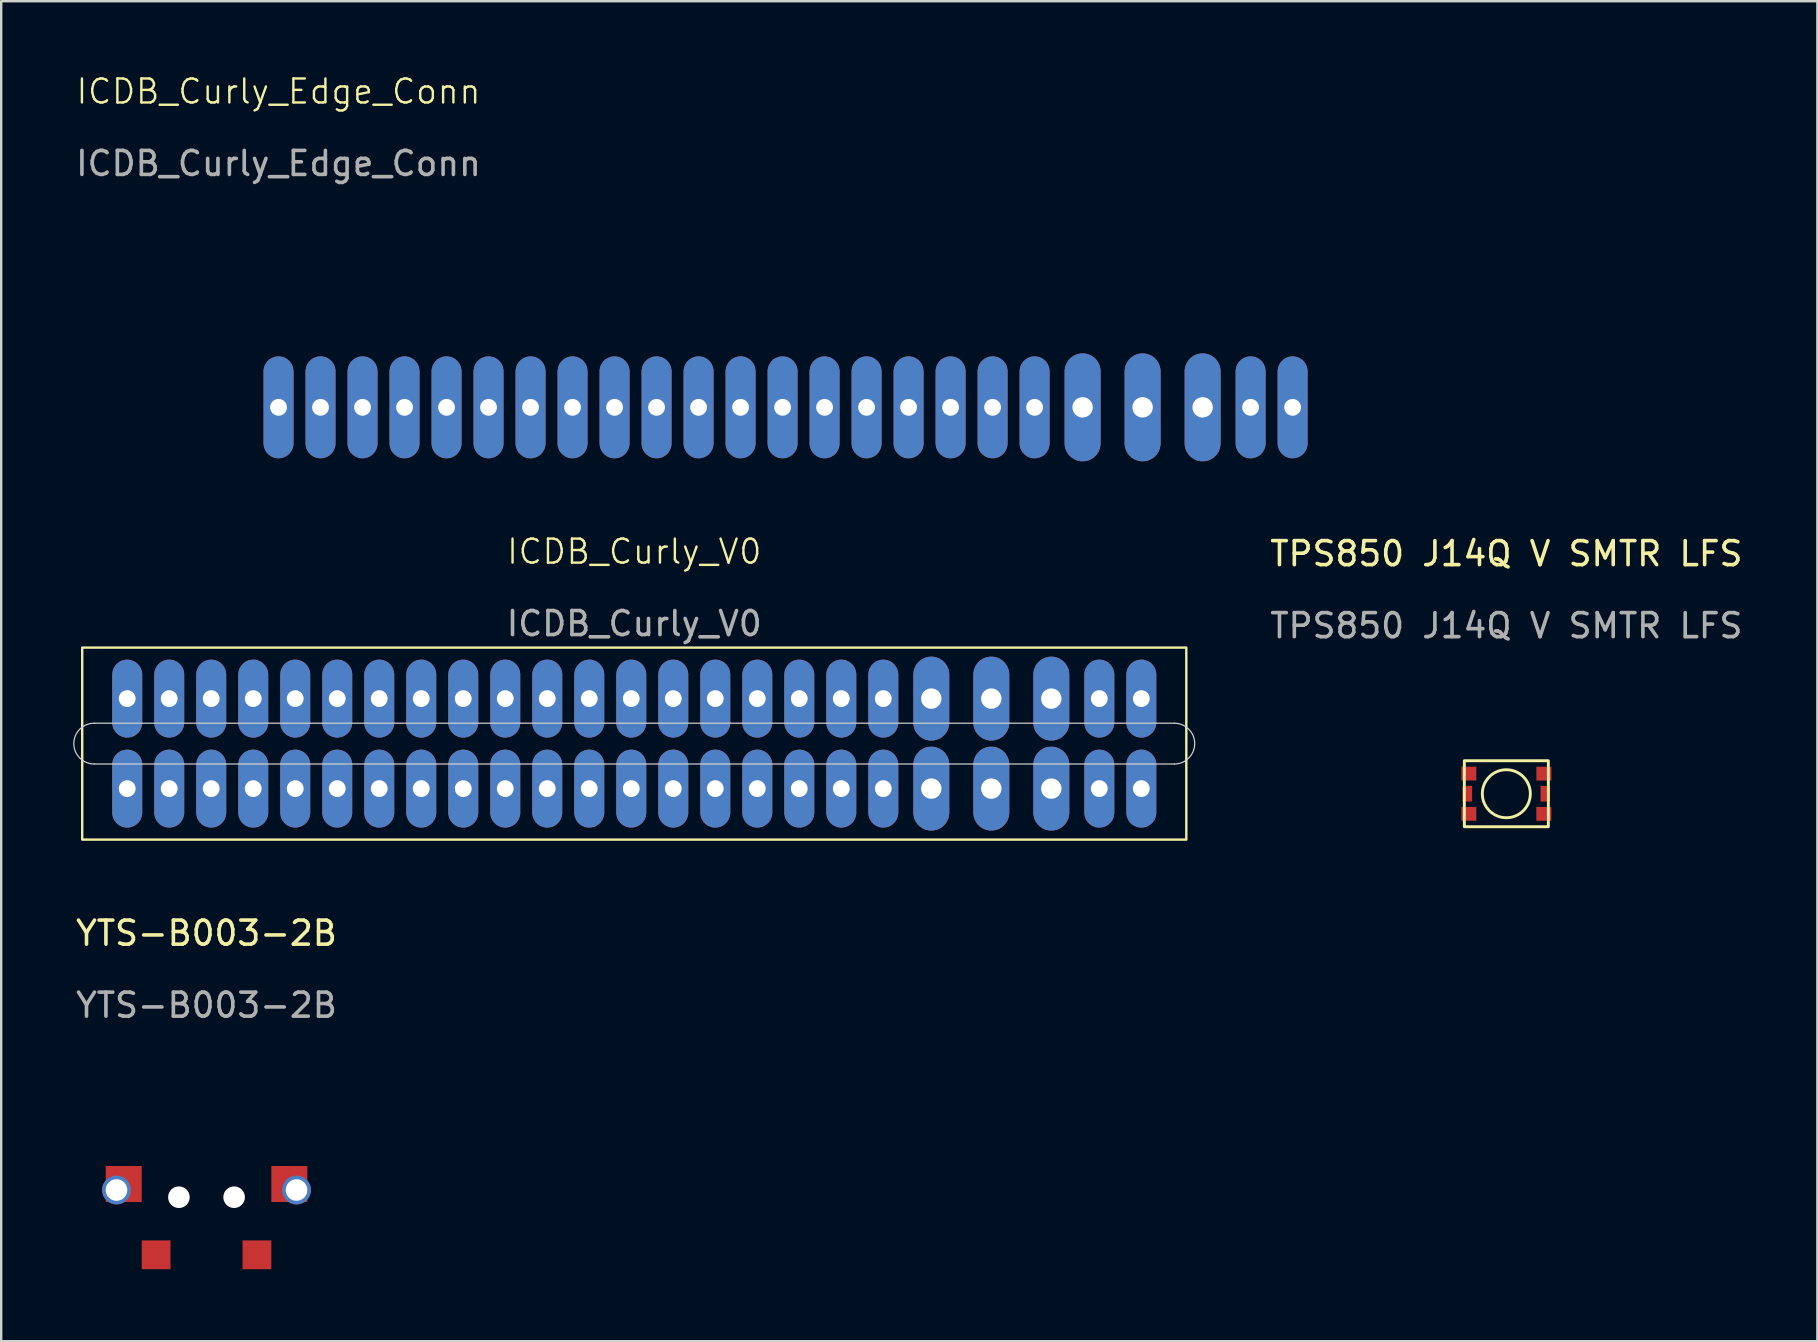
<source format=kicad_pcb>
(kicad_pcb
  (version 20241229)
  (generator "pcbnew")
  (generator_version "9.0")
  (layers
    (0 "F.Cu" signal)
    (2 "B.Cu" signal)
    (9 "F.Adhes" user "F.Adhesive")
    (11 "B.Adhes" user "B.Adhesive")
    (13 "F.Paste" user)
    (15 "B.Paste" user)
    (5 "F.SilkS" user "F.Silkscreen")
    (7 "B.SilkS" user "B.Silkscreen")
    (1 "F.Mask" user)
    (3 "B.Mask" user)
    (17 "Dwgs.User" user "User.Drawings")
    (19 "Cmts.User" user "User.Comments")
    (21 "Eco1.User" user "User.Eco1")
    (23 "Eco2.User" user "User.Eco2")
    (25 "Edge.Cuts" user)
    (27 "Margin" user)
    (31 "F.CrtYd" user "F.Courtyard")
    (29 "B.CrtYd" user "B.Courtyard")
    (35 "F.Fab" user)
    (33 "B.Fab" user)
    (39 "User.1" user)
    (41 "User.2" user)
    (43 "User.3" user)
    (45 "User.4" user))
  (footprint "ICDB_Curly_Edge_Conn"
    (layer "F.Cu")
    (at 8.554 13.921)
    (property "Reference" "ICDB_Curly_Edge_Conn" (at 0 -13.16 0) (unlocked yes) (layer "F.SilkS") (effects (font (size 1 1) (thickness 0.1))))
    (fp_text user "${REFERENCE}" (at 0 -10.16 0) (unlocked yes) (layer "F.Fab") (effects (font (size 1 1) (thickness 0.15))))
    (pad "1" thru_hole custom (at 42.25 0 180) (size 1.25 1.25) (drill 0.7) (property pad_prop_castellated) (layers "*.Cu" "*.Mask") (options (anchor circle)) (primitives (gr_line (start 0 1.5) (end 0 -1.5) (width 1.25))))
    (pad "2" thru_hole custom (at 40.5 0 180) (size 1.25 1.25) (drill 0.7) (property pad_prop_castellated) (layers "*.Cu" "*.Mask") (options (anchor circle)) (primitives (gr_line (start 0 1.5) (end 0 -1.5) (width 1.25))))
    (pad "3" thru_hole custom (at 38.5 0 180) (size 1.5 1.5) (drill 0.85) (property pad_prop_castellated) (layers "*.Cu" "*.Mask") (options (anchor circle)) (primitives (gr_line (start 0 1.5) (end 0 -1.5) (width 1.5))))
    (pad "4" thru_hole custom (at 36 0 180) (size 1.5 1.5) (drill 0.85) (property pad_prop_castellated) (layers "*.Cu" "*.Mask") (options (anchor circle)) (primitives (gr_line (start 0 1.5) (end 0 -1.5) (width 1.5))))
    (pad "5" thru_hole custom (at 33.5 0 180) (size 1.5 1.5) (drill 0.85) (property pad_prop_castellated) (layers "*.Cu" "*.Mask") (options (anchor circle)) (primitives (gr_line (start 0 1.5) (end 0 -1.5) (width 1.5))))
    (pad "6" thru_hole custom (at 31.5 0 180) (size 1.25 1.25) (drill 0.7) (property pad_prop_castellated) (layers "*.Cu" "*.Mask") (options (anchor circle)) (primitives (gr_line (start 0 1.5) (end 0 -1.5) (width 1.25))))
    (pad "7" thru_hole custom (at 29.75 0 180) (size 1.25 1.25) (drill 0.7) (property pad_prop_castellated) (layers "*.Cu" "*.Mask") (options (anchor circle)) (primitives (gr_line (start 0 1.5) (end 0 -1.5) (width 1.25))))
    (pad "8" thru_hole custom (at 28 0 180) (size 1.25 1.25) (drill 0.7) (property pad_prop_castellated) (layers "*.Cu" "*.Mask") (options (anchor circle)) (primitives (gr_line (start 0 1.5) (end 0 -1.5) (width 1.25))))
    (pad "9" thru_hole custom (at 26.25 0 180) (size 1.25 1.25) (drill 0.7) (property pad_prop_castellated) (layers "*.Cu" "*.Mask") (options (anchor circle)) (primitives (gr_line (start 0 1.5) (end 0 -1.5) (width 1.25))))
    (pad "10" thru_hole custom (at 24.5 0 180) (size 1.25 1.25) (drill 0.7) (property pad_prop_castellated) (layers "*.Cu" "*.Mask") (options (anchor circle)) (primitives (gr_line (start 0 1.5) (end 0 -1.5) (width 1.25))))
    (pad "11" thru_hole custom (at 22.75 0 180) (size 1.25 1.25) (drill 0.7) (property pad_prop_castellated) (layers "*.Cu" "*.Mask") (options (anchor circle)) (primitives (gr_line (start 0 1.5) (end 0 -1.5) (width 1.25))))
    (pad "12" thru_hole custom (at 21 0 180) (size 1.25 1.25) (drill 0.7) (property pad_prop_castellated) (layers "*.Cu" "*.Mask") (options (anchor circle)) (primitives (gr_line (start 0 1.5) (end 0 -1.5) (width 1.25))))
    (pad "13" thru_hole custom (at 19.25 0 180) (size 1.25 1.25) (drill 0.7) (property pad_prop_castellated) (layers "*.Cu" "*.Mask") (options (anchor circle)) (primitives (gr_line (start 0 1.5) (end 0 -1.5) (width 1.25))))
    (pad "14" thru_hole custom (at 17.5 0 180) (size 1.25 1.25) (drill 0.7) (property pad_prop_castellated) (layers "*.Cu" "*.Mask") (options (anchor circle)) (primitives (gr_line (start 0 1.5) (end 0 -1.5) (width 1.25))))
    (pad "15" thru_hole custom (at 15.75 0 180) (size 1.25 1.25) (drill 0.7) (property pad_prop_castellated) (layers "*.Cu" "*.Mask") (options (anchor circle)) (primitives (gr_line (start 0 1.5) (end 0 -1.5) (width 1.25))))
    (pad "16" thru_hole custom (at 14 0 180) (size 1.25 1.25) (drill 0.7) (property pad_prop_castellated) (layers "*.Cu" "*.Mask") (options (anchor circle)) (primitives (gr_line (start 0 1.5) (end 0 -1.5) (width 1.25))))
    (pad "17" thru_hole custom (at 12.25 0 180) (size 1.25 1.25) (drill 0.7) (property pad_prop_castellated) (layers "*.Cu" "*.Mask") (options (anchor circle)) (primitives (gr_line (start 0 1.5) (end 0 -1.5) (width 1.25))))
    (pad "18" thru_hole custom (at 10.5 0 180) (size 1.25 1.25) (drill 0.7) (property pad_prop_castellated) (layers "*.Cu" "*.Mask") (options (anchor circle)) (primitives (gr_line (start 0 1.5) (end 0 -1.5) (width 1.25))))
    (pad "19" thru_hole custom (at 8.75 0 180) (size 1.25 1.25) (drill 0.7) (property pad_prop_castellated) (layers "*.Cu" "*.Mask") (options (anchor circle)) (primitives (gr_line (start 0 1.5) (end 0 -1.5) (width 1.25))))
    (pad "20" thru_hole custom (at 7 0 180) (size 1.25 1.25) (drill 0.7) (property pad_prop_castellated) (layers "*.Cu" "*.Mask") (options (anchor circle)) (primitives (gr_line (start 0 1.5) (end 0 -1.5) (width 1.25))))
    (pad "21" thru_hole custom (at 5.25 0 180) (size 1.25 1.25) (drill 0.7) (property pad_prop_castellated) (layers "*.Cu" "*.Mask") (options (anchor circle)) (primitives (gr_line (start 0 1.5) (end 0 -1.5) (width 1.25))))
    (pad "22" thru_hole custom (at 3.5 0 180) (size 1.25 1.25) (drill 0.7) (property pad_prop_castellated) (layers "*.Cu" "*.Mask") (options (anchor circle)) (primitives (gr_line (start 0 1.5) (end 0 -1.5) (width 1.25))))
    (pad "23" thru_hole custom (at 1.75 0 180) (size 1.25 1.25) (drill 0.7) (property pad_prop_castellated) (layers "*.Cu" "*.Mask") (options (anchor circle)) (primitives (gr_line (start 0 1.5) (end 0 -1.5) (width 1.25))))
    (pad "24" thru_hole custom (at 0 0 180) (size 1.25 1.25) (drill 0.7) (property pad_prop_castellated) (layers "*.Cu" "*.Mask") (options (anchor circle)) (primitives (gr_line (start 0 1.5) (end 0 -1.5) (width 1.25)))))
  (footprint "TPS850 J14Q V SMTR LFS"
    (layer "F.Cu")
    (at 59.708 30.019)
    (property "Reference" "TPS850 J14Q V SMTR LFS" (at 0 -10 0) (unlocked yes) (layer "F.SilkS") (effects (font (size 1 1) (thickness 0.15))))
    (attr smd)
    (fp_rect (start 1.75 -1.375) (end -1.75 1.375) (stroke (width 0.12) (type default)) (fill no) (layer "F.SilkS"))
    (fp_circle (center 0 0) (end 0 -1) (stroke (width 0.12) (type default)) (fill no) (layer "F.SilkS"))
    (fp_text user "${REFERENCE}" (at 0 -7 0) (unlocked yes) (layer "F.Fab") (effects (font (size 1 1) (thickness 0.15))))
    (pad "1" smd rect (at -1.562 -0.838) (size 0.625 0.575) (layers "F.Cu" "F.Mask" "F.Paste"))
    (pad "1" smd rect (at 1.565 -0.838) (size 0.625 0.575) (layers "F.Cu" "F.Mask" "F.Paste"))
    (pad "2" smd rect (at -1.562 0.838) (size 0.625 0.575) (layers "F.Cu" "F.Mask" "F.Paste"))
    (pad "2" smd rect (at 1.562 0.838) (size 0.625 0.575) (layers "F.Cu" "F.Mask" "F.Paste"))
    (pad "3" smd rect (at -1.625 0) (size 0.4 0.65) (layers "F.Cu" "F.Mask" "F.Paste"))
    (pad "3" smd rect (at 1.625 0) (size 0.4 0.65) (layers "F.Cu" "F.Mask" "F.Paste")))
  (footprint "ICDB_Curly_V0"
    (layer "F.Cu")
    (at 23.375 27.931)
    (property "Reference" "ICDB_Curly_V0" (at 0 -8 0) (unlocked yes) (layer "F.SilkS") (effects (font (size 1 1) (thickness 0.1))))
    (attr through_hole)
    (fp_rect (start -23 -4) (end 23 4) (stroke (width 0.1) (type default)) (fill no) (layer "F.SilkS"))
    (fp_line (start -22.5 -0.85) (end 22.5 -0.85) (stroke (width 0.05) (type default)) (layer "Edge.Cuts"))
    (fp_line (start 22.5 0.85) (end -22.5 0.85) (stroke (width 0.05) (type default)) (layer "Edge.Cuts"))
    (fp_arc (start -22.5 0.85) (mid -23.35 0) (end -22.5 -0.85) (stroke (width 0.05) (type default)) (layer "Edge.Cuts"))
    (fp_arc (start 22.5 -0.85) (mid 23.35 0) (end 22.5 0.85) (stroke (width 0.05) (type default)) (layer "Edge.Cuts"))
    (fp_text user "${REFERENCE}" (at 0 -5 0) (unlocked yes) (layer "F.Fab") (effects (font (size 1 1) (thickness 0.15))))
    (pad "1" thru_hole custom (at 21.125 -1.875 180) (size 1.25 1.25) (drill 0.7) (property pad_prop_castellated) (layers "*.Cu" "*.Mask") (options (anchor circle)) (primitives (gr_line (start 0 1) (end 0 -1) (width 1.25))))
    (pad "1" thru_hole custom (at 21.125 1.875 180) (size 1.25 1.25) (drill 0.7) (property pad_prop_castellated) (layers "*.Cu" "*.Mask") (options (anchor circle)) (primitives (gr_line (start 0 1) (end 0 -1) (width 1.25))))
    (pad "2" thru_hole custom (at 19.375 -1.875 180) (size 1.25 1.25) (drill 0.7) (property pad_prop_castellated) (layers "*.Cu" "*.Mask") (options (anchor circle)) (primitives (gr_line (start 0 1) (end 0 -1) (width 1.25))))
    (pad "2" thru_hole custom (at 19.375 1.875 180) (size 1.25 1.25) (drill 0.7) (property pad_prop_castellated) (layers "*.Cu" "*.Mask") (options (anchor circle)) (primitives (gr_line (start 0 1) (end 0 -1) (width 1.25))))
    (pad "3" thru_hole custom (at 17.375 -1.875 180) (size 1.5 1.5) (drill 0.85) (property pad_prop_castellated) (layers "*.Cu" "*.Mask") (options (anchor circle)) (primitives (gr_line (start 0 1) (end 0 -1) (width 1.5))))
    (pad "3" thru_hole custom (at 17.375 1.875 180) (size 1.5 1.5) (drill 0.85) (property pad_prop_castellated) (layers "*.Cu" "*.Mask") (options (anchor circle)) (primitives (gr_line (start 0 1) (end 0 -1) (width 1.5))))
    (pad "4" thru_hole custom (at 14.875 -1.875 180) (size 1.5 1.5) (drill 0.85) (property pad_prop_castellated) (layers "*.Cu" "*.Mask") (options (anchor circle)) (primitives (gr_line (start 0 1) (end 0 -1) (width 1.5))))
    (pad "4" thru_hole custom (at 14.875 1.875 180) (size 1.5 1.5) (drill 0.85) (property pad_prop_castellated) (layers "*.Cu" "*.Mask") (options (anchor circle)) (primitives (gr_line (start 0 1) (end 0 -1) (width 1.5))))
    (pad "5" thru_hole custom (at 12.375 -1.875 180) (size 1.5 1.5) (drill 0.85) (property pad_prop_castellated) (layers "*.Cu" "*.Mask") (options (anchor circle)) (primitives (gr_line (start 0 1) (end 0 -1) (width 1.5))))
    (pad "5" thru_hole custom (at 12.375 1.875 180) (size 1.5 1.5) (drill 0.85) (property pad_prop_castellated) (layers "*.Cu" "*.Mask") (options (anchor circle)) (primitives (gr_line (start 0 1) (end 0 -1) (width 1.5))))
    (pad "6" thru_hole custom (at 10.375 -1.875 180) (size 1.25 1.25) (drill 0.7) (property pad_prop_castellated) (layers "*.Cu" "*.Mask") (options (anchor circle)) (primitives (gr_line (start 0 1) (end 0 -1) (width 1.25))))
    (pad "6" thru_hole custom (at 10.375 1.875 180) (size 1.25 1.25) (drill 0.7) (property pad_prop_castellated) (layers "*.Cu" "*.Mask") (options (anchor circle)) (primitives (gr_line (start 0 1) (end 0 -1) (width 1.25))))
    (pad "7" thru_hole custom (at 8.625 -1.875 180) (size 1.25 1.25) (drill 0.7) (property pad_prop_castellated) (layers "*.Cu" "*.Mask") (options (anchor circle)) (primitives (gr_line (start 0 1) (end 0 -1) (width 1.25))))
    (pad "7" thru_hole custom (at 8.625 1.875 180) (size 1.25 1.25) (drill 0.7) (property pad_prop_castellated) (layers "*.Cu" "*.Mask") (options (anchor circle)) (primitives (gr_line (start 0 1) (end 0 -1) (width 1.25))))
    (pad "8" thru_hole custom (at 6.875 -1.875 180) (size 1.25 1.25) (drill 0.7) (property pad_prop_castellated) (layers "*.Cu" "*.Mask") (options (anchor circle)) (primitives (gr_line (start 0 1) (end 0 -1) (width 1.25))))
    (pad "8" thru_hole custom (at 6.875 1.875 180) (size 1.25 1.25) (drill 0.7) (property pad_prop_castellated) (layers "*.Cu" "*.Mask") (options (anchor circle)) (primitives (gr_line (start 0 1) (end 0 -1) (width 1.25))))
    (pad "9" thru_hole custom (at 5.125 -1.875 180) (size 1.25 1.25) (drill 0.7) (property pad_prop_castellated) (layers "*.Cu" "*.Mask") (options (anchor circle)) (primitives (gr_line (start 0 1) (end 0 -1) (width 1.25))))
    (pad "9" thru_hole custom (at 5.125 1.875 180) (size 1.25 1.25) (drill 0.7) (property pad_prop_castellated) (layers "*.Cu" "*.Mask") (options (anchor circle)) (primitives (gr_line (start 0 1) (end 0 -1) (width 1.25))))
    (pad "10" thru_hole custom (at 3.375 -1.875 180) (size 1.25 1.25) (drill 0.7) (property pad_prop_castellated) (layers "*.Cu" "*.Mask") (options (anchor circle)) (primitives (gr_line (start 0 1) (end 0 -1) (width 1.25))))
    (pad "10" thru_hole custom (at 3.375 1.875 180) (size 1.25 1.25) (drill 0.7) (property pad_prop_castellated) (layers "*.Cu" "*.Mask") (options (anchor circle)) (primitives (gr_line (start 0 1) (end 0 -1) (width 1.25))))
    (pad "11" thru_hole custom (at 1.625 -1.875 180) (size 1.25 1.25) (drill 0.7) (property pad_prop_castellated) (layers "*.Cu" "*.Mask") (options (anchor circle)) (primitives (gr_line (start 0 1) (end 0 -1) (width 1.25))))
    (pad "11" thru_hole custom (at 1.625 1.875 180) (size 1.25 1.25) (drill 0.7) (property pad_prop_castellated) (layers "*.Cu" "*.Mask") (options (anchor circle)) (primitives (gr_line (start 0 1) (end 0 -1) (width 1.25))))
    (pad "12" thru_hole custom (at -0.125 -1.875 180) (size 1.25 1.25) (drill 0.7) (property pad_prop_castellated) (layers "*.Cu" "*.Mask") (options (anchor circle)) (primitives (gr_line (start 0 1) (end 0 -1) (width 1.25))))
    (pad "12" thru_hole custom (at -0.125 1.875 180) (size 1.25 1.25) (drill 0.7) (property pad_prop_castellated) (layers "*.Cu" "*.Mask") (options (anchor circle)) (primitives (gr_line (start 0 1) (end 0 -1) (width 1.25))))
    (pad "13" thru_hole custom (at -1.875 -1.875 180) (size 1.25 1.25) (drill 0.7) (property pad_prop_castellated) (layers "*.Cu" "*.Mask") (options (anchor circle)) (primitives (gr_line (start 0 1) (end 0 -1) (width 1.25))))
    (pad "13" thru_hole custom (at -1.875 1.875 180) (size 1.25 1.25) (drill 0.7) (property pad_prop_castellated) (layers "*.Cu" "*.Mask") (options (anchor circle)) (primitives (gr_line (start 0 1) (end 0 -1) (width 1.25))))
    (pad "14" thru_hole custom (at -3.625 -1.875 180) (size 1.25 1.25) (drill 0.7) (property pad_prop_castellated) (layers "*.Cu" "*.Mask") (options (anchor circle)) (primitives (gr_line (start 0 1) (end 0 -1) (width 1.25))))
    (pad "14" thru_hole custom (at -3.625 1.875 180) (size 1.25 1.25) (drill 0.7) (property pad_prop_castellated) (layers "*.Cu" "*.Mask") (options (anchor circle)) (primitives (gr_line (start 0 1) (end 0 -1) (width 1.25))))
    (pad "15" thru_hole custom (at -5.375 -1.875 180) (size 1.25 1.25) (drill 0.7) (property pad_prop_castellated) (layers "*.Cu" "*.Mask") (options (anchor circle)) (primitives (gr_line (start 0 1) (end 0 -1) (width 1.25))))
    (pad "15" thru_hole custom (at -5.375 1.875 180) (size 1.25 1.25) (drill 0.7) (property pad_prop_castellated) (layers "*.Cu" "*.Mask") (options (anchor circle)) (primitives (gr_line (start 0 1) (end 0 -1) (width 1.25))))
    (pad "16" thru_hole custom (at -7.125 -1.875 180) (size 1.25 1.25) (drill 0.7) (property pad_prop_castellated) (layers "*.Cu" "*.Mask") (options (anchor circle)) (primitives (gr_line (start 0 1) (end 0 -1) (width 1.25))))
    (pad "16" thru_hole custom (at -7.125 1.875 180) (size 1.25 1.25) (drill 0.7) (property pad_prop_castellated) (layers "*.Cu" "*.Mask") (options (anchor circle)) (primitives (gr_line (start 0 1) (end 0 -1) (width 1.25))))
    (pad "17" thru_hole custom (at -8.875 -1.875 180) (size 1.25 1.25) (drill 0.7) (property pad_prop_castellated) (layers "*.Cu" "*.Mask") (options (anchor circle)) (primitives (gr_line (start 0 1) (end 0 -1) (width 1.25))))
    (pad "17" thru_hole custom (at -8.875 1.875 180) (size 1.25 1.25) (drill 0.7) (property pad_prop_castellated) (layers "*.Cu" "*.Mask") (options (anchor circle)) (primitives (gr_line (start 0 1) (end 0 -1) (width 1.25))))
    (pad "18" thru_hole custom (at -10.625 -1.875 180) (size 1.25 1.25) (drill 0.7) (property pad_prop_castellated) (layers "*.Cu" "*.Mask") (options (anchor circle)) (primitives (gr_line (start 0 1) (end 0 -1) (width 1.25))))
    (pad "18" thru_hole custom (at -10.625 1.875 180) (size 1.25 1.25) (drill 0.7) (property pad_prop_castellated) (layers "*.Cu" "*.Mask") (options (anchor circle)) (primitives (gr_line (start 0 1) (end 0 -1) (width 1.25))))
    (pad "19" thru_hole custom (at -12.375 -1.875 180) (size 1.25 1.25) (drill 0.7) (property pad_prop_castellated) (layers "*.Cu" "*.Mask") (options (anchor circle)) (primitives (gr_line (start 0 1) (end 0 -1) (width 1.25))))
    (pad "19" thru_hole custom (at -12.375 1.875 180) (size 1.25 1.25) (drill 0.7) (property pad_prop_castellated) (layers "*.Cu" "*.Mask") (options (anchor circle)) (primitives (gr_line (start 0 1) (end 0 -1) (width 1.25))))
    (pad "20" thru_hole custom (at -14.125 -1.875 180) (size 1.25 1.25) (drill 0.7) (property pad_prop_castellated) (layers "*.Cu" "*.Mask") (options (anchor circle)) (primitives (gr_line (start 0 1) (end 0 -1) (width 1.25))))
    (pad "20" thru_hole custom (at -14.125 1.875 180) (size 1.25 1.25) (drill 0.7) (property pad_prop_castellated) (layers "*.Cu" "*.Mask") (options (anchor circle)) (primitives (gr_line (start 0 1) (end 0 -1) (width 1.25))))
    (pad "21" thru_hole custom (at -15.875 -1.875 180) (size 1.25 1.25) (drill 0.7) (property pad_prop_castellated) (layers "*.Cu" "*.Mask") (options (anchor circle)) (primitives (gr_line (start 0 1) (end 0 -1) (width 1.25))))
    (pad "21" thru_hole custom (at -15.875 1.875 180) (size 1.25 1.25) (drill 0.7) (property pad_prop_castellated) (layers "*.Cu" "*.Mask") (options (anchor circle)) (primitives (gr_line (start 0 1) (end 0 -1) (width 1.25))))
    (pad "22" thru_hole custom (at -17.625 -1.875 180) (size 1.25 1.25) (drill 0.7) (property pad_prop_castellated) (layers "*.Cu" "*.Mask") (options (anchor circle)) (primitives (gr_line (start 0 1) (end 0 -1) (width 1.25))))
    (pad "22" thru_hole custom (at -17.625 1.875 180) (size 1.25 1.25) (drill 0.7) (property pad_prop_castellated) (layers "*.Cu" "*.Mask") (options (anchor circle)) (primitives (gr_line (start 0 1) (end 0 -1) (width 1.25))))
    (pad "23" thru_hole custom (at -19.375 -1.875 180) (size 1.25 1.25) (drill 0.7) (property pad_prop_castellated) (layers "*.Cu" "*.Mask") (options (anchor circle)) (primitives (gr_line (start 0 1) (end 0 -1) (width 1.25))))
    (pad "23" thru_hole custom (at -19.375 1.875 180) (size 1.25 1.25) (drill 0.7) (property pad_prop_castellated) (layers "*.Cu" "*.Mask") (options (anchor circle)) (primitives (gr_line (start 0 1) (end 0 -1) (width 1.25))))
    (pad "24" thru_hole custom (at -21.125 -1.875 180) (size 1.25 1.25) (drill 0.7) (property pad_prop_castellated) (layers "*.Cu" "*.Mask") (options (anchor circle)) (primitives (gr_line (start 0 1) (end 0 -1) (width 1.25))))
    (pad "24" thru_hole custom (at -21.125 1.875 180) (size 1.25 1.25) (drill 0.7) (property pad_prop_castellated) (layers "*.Cu" "*.Mask") (options (anchor circle)) (primitives (gr_line (start 0 1) (end 0 -1) (width 1.25)))))
  (footprint "YTS-B003-2B"
    (layer "F.Cu")
    (at 5.554 46.829)
    (property "Reference" "YTS-B003-2B" (at 0 -11 0) (unlocked yes) (layer "F.SilkS") (effects (font (size 1 1) (thickness 0.15))))
    (attr smd)
    (fp_text user "${REFERENCE}" (at 0 -8 0) (unlocked yes) (layer "F.Fab") (effects (font (size 1 1) (thickness 0.15))))
    (pad "" thru_hole circle (at -3.75 -0.3) (size 1.2 1.2) (drill 0.9) (layers "*.Cu" "*.Mask"))
    (pad "" np_thru_hole circle (at -1.15 0) (size 0.9 0.9) (drill 0.9) (layers "*.Cu" "*.Mask"))
    (pad "" np_thru_hole circle (at 1.15 0) (size 0.9 0.9) (drill 0.9) (layers "*.Cu" "*.Mask"))
    (pad "" thru_hole circle (at 3.75 -0.3) (size 1.2 1.2) (drill 0.9) (layers "*.Cu" "*.Mask"))
    (pad "1" smd rect (at 2.1 2.4) (size 1.2 1.2) (layers "F.Cu" "F.Mask" "F.Paste"))
    (pad "2" smd rect (at -2.1 2.4) (size 1.2 1.2) (layers "F.Cu" "F.Mask" "F.Paste"))
    (pad "3" smd rect (at -3.45 -0.55) (size 1.5 1.5) (layers "F.Cu" "F.Mask" "F.Paste"))
    (pad "3" smd rect (at 3.45 -0.55) (size 1.5 1.5) (layers "F.Cu" "F.Mask" "F.Paste")))
  (gr_rect
    (start -3 -3)
    (end 72.667 52.829)
    (stroke (width 0.1) (type default))
    (fill no)
    (layer "Edge.Cuts")))
</source>
